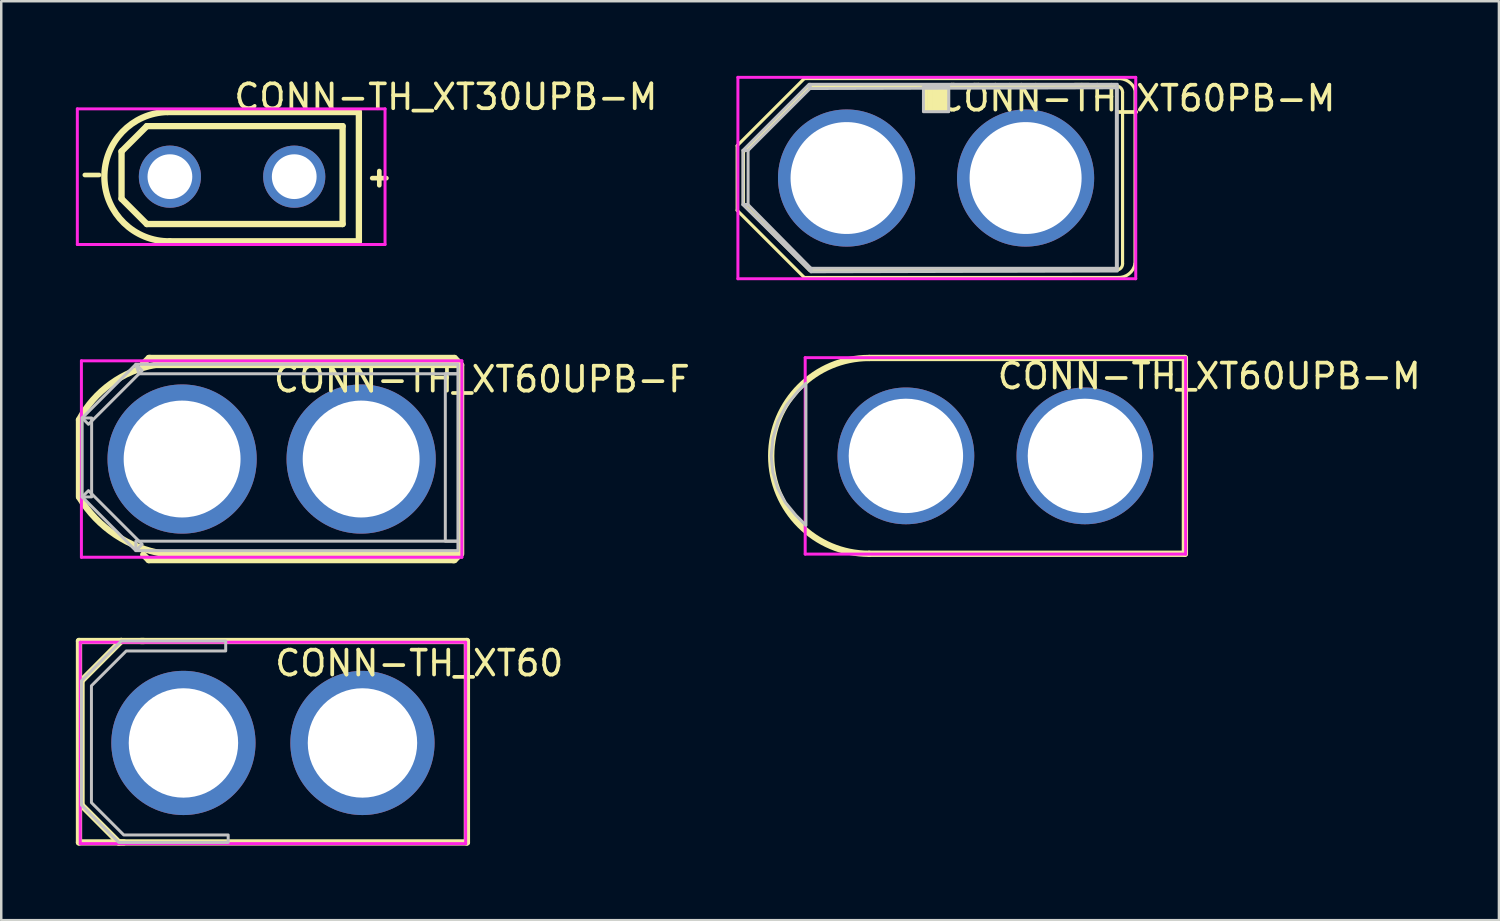
<source format=kicad_pcb>
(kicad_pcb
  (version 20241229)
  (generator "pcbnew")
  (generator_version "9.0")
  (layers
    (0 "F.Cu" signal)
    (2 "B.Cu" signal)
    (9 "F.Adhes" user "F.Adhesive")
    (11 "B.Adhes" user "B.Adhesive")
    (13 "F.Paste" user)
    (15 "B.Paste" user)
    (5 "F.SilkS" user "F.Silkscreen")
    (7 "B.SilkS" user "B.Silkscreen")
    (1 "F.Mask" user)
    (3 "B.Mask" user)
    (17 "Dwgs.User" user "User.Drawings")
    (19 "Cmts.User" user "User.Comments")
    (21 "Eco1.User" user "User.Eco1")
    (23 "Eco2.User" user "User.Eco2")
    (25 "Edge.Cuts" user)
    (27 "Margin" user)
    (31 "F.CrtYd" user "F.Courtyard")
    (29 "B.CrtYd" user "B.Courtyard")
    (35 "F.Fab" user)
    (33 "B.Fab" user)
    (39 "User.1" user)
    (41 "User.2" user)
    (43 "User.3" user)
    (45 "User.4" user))
  (footprint "CONN-TH_XT60UPB-F"
    (layer "F.Cu")
    (at 7.874 15.411)
    (property "Reference" "CONN-TH_XT60UPB-F" (at 0 -3.207 0) (layer "F.SilkS") (effects (font (size 1 1) (thickness 0.15)) (justify left)))
    (attr through_hole)
    (fp_line (start -7.747 1.524) (end -7.747 -1.576) (stroke (width 0.254) (type solid)) (layer "F.SilkS"))
    (fp_line (start -4.943 4.064) (end -5.163 3.844) (stroke (width 0.254) (type solid)) (layer "F.SilkS"))
    (fp_line (start -4.938 -4.064) (end -5.183 -3.819) (stroke (width 0.254) (type solid)) (layer "F.SilkS"))
    (fp_line (start -4.89 -4.064) (end -4.938 -4.064) (stroke (width 0.254) (type solid)) (layer "F.SilkS"))
    (fp_line (start -4.89 -4.064) (end 7.355 -4.064) (stroke (width 0.254) (type solid)) (layer "F.SilkS"))
    (fp_line (start -4.689 -3.782) (end 7.62 -3.782) (stroke (width 0.254) (type solid)) (layer "F.SilkS"))
    (fp_line (start -4.346 3.81) (end 7.595 3.81) (stroke (width 0.254) (type solid)) (layer "F.SilkS"))
    (fp_line (start 7.302 4.064) (end -4.943 4.064) (stroke (width 0.254) (type solid)) (layer "F.SilkS"))
    (fp_line (start 7.302 4.064) (end 7.35 4.064) (stroke (width 0.254) (type solid)) (layer "F.SilkS"))
    (fp_line (start 7.35 4.064) (end 7.595 3.819) (stroke (width 0.254) (type solid)) (layer "F.SilkS"))
    (fp_line (start 7.355 -4.064) (end 7.575 -3.844) (stroke (width 0.254) (type solid)) (layer "F.SilkS"))
    (fp_line (start 7.62 -3.782) (end 7.62 3.819) (stroke (width 0.254) (type solid)) (layer "F.SilkS"))
    (fp_arc (start -7.746623 -1.575662) (mid -6.470591 -3.029142) (end -4.689 -3.782) (stroke (width 0.254) (type solid)) (layer "F.SilkS"))
    (fp_arc (start -4.345973 3.810407) (mid -6.28579 3.048582) (end -7.732 1.548) (stroke (width 0.254) (type solid)) (layer "F.SilkS"))
    (fp_poly (pts (xy -7.62 -1.651) (xy -7.62 1.524) (xy -7.239 1.524) (xy -7.239 -1.651)) (stroke (width 0.12) (type solid)) (fill no) (layer "Dwgs.User"))
    (fp_poly (pts (xy -7.62 1.524) (xy -5.461 3.683) (xy -5.207 3.429) (xy -7.366 1.27)) (stroke (width 0.12) (type solid)) (fill no) (layer "Dwgs.User"))
    (fp_poly (pts (xy -5.461 -3.81) (xy -7.62 -1.651) (xy -7.366 -1.397) (xy -5.207 -3.556)) (stroke (width 0.12) (type solid)) (fill no) (layer "Dwgs.User"))
    (fp_poly (pts (xy -5.461 -3.81) (xy 7.493 -3.81) (xy 7.493 -3.429) (xy -5.334 -3.429)) (stroke (width 0.12) (type solid)) (fill no) (layer "Dwgs.User"))
    (fp_poly (pts (xy -5.461 3.683) (xy -5.461 3.302) (xy 7.493 3.302) (xy 7.493 3.683)) (stroke (width 0.12) (type solid)) (fill no) (layer "Dwgs.User"))
    (fp_poly (pts (xy 7.493 -3.429) (xy 7.493 3.302) (xy 6.985 3.302) (xy 6.985 -3.429)) (stroke (width 0.12) (type solid)) (fill no) (layer "Dwgs.User"))
    (fp_circle (center -3.6 0) (end -2.525 0) (stroke (width 2.15) (type solid)) (fill no) (layer "Eco2.User"))
    (fp_circle (center 3.6 0) (end 4.675 0) (stroke (width 2.15) (type solid)) (fill no) (layer "Eco2.User"))
    (fp_circle (center 7.65 -3.95) (end 7.68 -3.95) (stroke (width 0.06) (type solid)) (fill no) (layer "Eco2.User"))
    (fp_line (start -7.65 -3.95) (end 7.65 -3.95) (stroke (width 0.12) (type solid)) (layer "F.CrtYd"))
    (fp_line (start -7.65 3.95) (end -7.65 -3.95) (stroke (width 0.12) (type solid)) (layer "F.CrtYd"))
    (fp_line (start 7.65 -3.95) (end 7.65 3.95) (stroke (width 0.12) (type solid)) (layer "F.CrtYd"))
    (fp_line (start 7.65 3.95) (end -7.65 3.95) (stroke (width 0.12) (type solid)) (layer "F.CrtYd"))
    (pad "1" thru_hole circle (at 3.6 0 270) (size 6 6) (drill 4.7) (layers "*.Cu" "*.Mask"))
    (pad "2" thru_hole circle (at -3.6 0 270) (size 6 6) (drill 4.7) (layers "*.Cu" "*.Mask")))
  (footprint "CONN-TH_XT60"
    (layer "F.Cu")
    (at 7.927 26.829)
    (property "Reference" "CONN-TH_XT60" (at 0 -3.207 0) (layer "F.SilkS") (effects (font (size 1 1) (thickness 0.15)) (justify left)))
    (attr through_hole)
    (fp_line (start -7.8 -4.1) (end -7.8 4) (stroke (width 0.254) (type solid)) (layer "F.SilkS"))
    (fp_line (start -7.8 4) (end -5.999 4) (stroke (width 0.254) (type solid)) (layer "F.SilkS"))
    (fp_line (start -7.699 -2.499) (end -7.699 2.499) (stroke (width 0.254) (type solid)) (layer "F.SilkS"))
    (fp_line (start -7.699 2.499) (end -6.2 4.001) (stroke (width 0.254) (type solid)) (layer "F.SilkS"))
    (fp_line (start -6.2 4.001) (end 7.8 4.001) (stroke (width 0.254) (type solid)) (layer "F.SilkS"))
    (fp_line (start -6.101 -4.1) (end -7.8 -4.1) (stroke (width 0.254) (type solid)) (layer "F.SilkS"))
    (fp_line (start -6.101 -4.1) (end -7.699 -2.499) (stroke (width 0.254) (type solid)) (layer "F.SilkS"))
    (fp_line (start -5.199 -4.1) (end -6.101 -4.1) (stroke (width 0.254) (type solid)) (layer "F.SilkS"))
    (fp_line (start 7.8 -4.1) (end -5.301 -4.1) (stroke (width 0.254) (type solid)) (layer "F.SilkS"))
    (fp_line (start 7.8 4.001) (end 7.8 -4.1) (stroke (width 0.254) (type solid)) (layer "F.SilkS"))
    (fp_poly (pts (xy -1.9 -4.1) (xy -6.1 -4.1) (xy -7.7 -2.5) (xy -7.7 2.5) (xy -6.2 4) (xy -1.8 4) (xy -1.8 3.7) (xy -6 3.7) (xy -7.3 2.4) (xy -7.3 -2.3) (xy -5.9 -3.7) (xy -1.9 -3.7)) (stroke (width 0.12) (type solid)) (fill no) (layer "Dwgs.User"))
    (fp_circle (center -7.75 4.05) (end -7.72 4.05) (stroke (width 0.06) (type solid)) (fill no) (layer "Eco2.User"))
    (fp_circle (center -3.6 0) (end -2.725 0) (stroke (width 1.75) (type solid)) (fill no) (layer "Eco2.User"))
    (fp_circle (center 3.6 0) (end 4.475 0) (stroke (width 1.75) (type solid)) (fill no) (layer "Eco2.User"))
    (fp_line (start -7.75 -4.05) (end 7.75 -4.05) (stroke (width 0.12) (type solid)) (layer "F.CrtYd"))
    (fp_line (start -7.75 4.05) (end -7.75 -4.05) (stroke (width 0.12) (type solid)) (layer "F.CrtYd"))
    (fp_line (start 7.75 -4.05) (end 7.75 4.05) (stroke (width 0.12) (type solid)) (layer "F.CrtYd"))
    (fp_line (start 7.75 4.05) (end -7.75 4.05) (stroke (width 0.12) (type solid)) (layer "F.CrtYd"))
    (pad "1" thru_hole circle (at -3.6 0) (size 5.8 5.8) (drill 4.4) (layers "*.Cu" "*.Mask"))
    (pad "2" thru_hole circle (at 3.6 0) (size 5.8 5.8) (drill 4.4) (layers "*.Cu" "*.Mask")))
  (footprint "CONN-TH_XT60PB-M"
    (layer "F.Cu")
    (at 34.596 4.11)
    (property "Reference" "CONN-TH_XT60PB-M" (at 0 -3.207 0) (layer "F.SilkS") (effects (font (size 1 1) (thickness 0.15)) (justify left)))
    (attr through_hole)
    (fp_line (start -8 -1.3) (end -5.3 -4) (stroke (width 0.127) (type solid)) (layer "F.SilkS"))
    (fp_line (start -8 1.3) (end -8 -1.3) (stroke (width 0.127) (type solid)) (layer "F.SilkS"))
    (fp_line (start -7.746 -1.052) (end -7.746 1.052) (stroke (width 0.127) (type solid)) (layer "F.SilkS"))
    (fp_line (start -7.746 1.052) (end -5.099 3.701) (stroke (width 0.127) (type solid)) (layer "F.SilkS"))
    (fp_line (start -5.3 -4) (end 7.301 -4) (stroke (width 0.127) (type solid)) (layer "F.SilkS"))
    (fp_line (start -5.3 4.001) (end -8 1.3) (stroke (width 0.127) (type solid)) (layer "F.SilkS"))
    (fp_line (start -5.099 -3.701) (end -7.746 -1.052) (stroke (width 0.127) (type solid)) (layer "F.SilkS"))
    (fp_line (start -5.099 3.701) (end 7.25 3.701) (stroke (width 0.127) (type solid)) (layer "F.SilkS"))
    (fp_line (start -0.499 -3.701) (end -5.099 -3.701) (stroke (width 0.127) (type solid)) (layer "F.SilkS"))
    (fp_line (start -0.499 -2.7) (end -0.499 -3.701) (stroke (width 0.127) (type solid)) (layer "F.SilkS"))
    (fp_line (start -0.4 -3.7) (end -0.5 -3.7) (stroke (width 0.127) (type solid)) (layer "F.SilkS"))
    (fp_line (start -0.4 -2.7) (end -0.499 -2.7) (stroke (width 0.127) (type solid)) (layer "F.SilkS"))
    (fp_line (start -0.4 -2.7) (end -0.4 -3.7) (stroke (width 0.127) (type solid)) (layer "F.SilkS"))
    (fp_line (start -0.3 -3.7) (end -0.4 -3.7) (stroke (width 0.127) (type solid)) (layer "F.SilkS"))
    (fp_line (start -0.3 -2.7) (end -0.3 -3.7) (stroke (width 0.127) (type solid)) (layer "F.SilkS"))
    (fp_line (start -0.299 -2.7) (end -0.4 -2.7) (stroke (width 0.127) (type solid)) (layer "F.SilkS"))
    (fp_line (start -0.2 -3.7) (end -0.3 -3.7) (stroke (width 0.127) (type solid)) (layer "F.SilkS"))
    (fp_line (start -0.2 -2.7) (end -0.299 -2.7) (stroke (width 0.127) (type solid)) (layer "F.SilkS"))
    (fp_line (start -0.2 -2.7) (end -0.2 -3.7) (stroke (width 0.127) (type solid)) (layer "F.SilkS"))
    (fp_line (start -0.101 -2.7) (end -0.2 -2.7) (stroke (width 0.127) (type solid)) (layer "F.SilkS"))
    (fp_line (start -0.1 -3.7) (end -0.2 -3.7) (stroke (width 0.127) (type solid)) (layer "F.SilkS"))
    (fp_line (start -0.1 -2.7) (end -0.1 -3.7) (stroke (width 0.127) (type solid)) (layer "F.SilkS"))
    (fp_line (start 0 -3.7) (end -0.1 -3.7) (stroke (width 0.127) (type solid)) (layer "F.SilkS"))
    (fp_line (start 0 -2.7) (end 0 -3.7) (stroke (width 0.127) (type solid)) (layer "F.SilkS"))
    (fp_line (start 0.001 -2.7) (end -0.101 -2.7) (stroke (width 0.127) (type solid)) (layer "F.SilkS"))
    (fp_line (start 0.1 -3.7) (end 0 -3.7) (stroke (width 0.127) (type solid)) (layer "F.SilkS"))
    (fp_line (start 0.1 -2.7) (end 0.001 -2.7) (stroke (width 0.127) (type solid)) (layer "F.SilkS"))
    (fp_line (start 0.1 -2.7) (end 0.1 -3.7) (stroke (width 0.127) (type solid)) (layer "F.SilkS"))
    (fp_line (start 0.199 -2.7) (end 0.1 -2.7) (stroke (width 0.127) (type solid)) (layer "F.SilkS"))
    (fp_line (start 0.2 -3.7) (end 0.1 -3.7) (stroke (width 0.127) (type solid)) (layer "F.SilkS"))
    (fp_line (start 0.2 -2.7) (end 0.2 -3.7) (stroke (width 0.127) (type solid)) (layer "F.SilkS"))
    (fp_line (start 0.3 -3.7) (end 0.2 -3.7) (stroke (width 0.127) (type solid)) (layer "F.SilkS"))
    (fp_line (start 0.3 -2.7) (end 0.3 -3.7) (stroke (width 0.127) (type solid)) (layer "F.SilkS"))
    (fp_line (start 0.301 -2.7) (end 0.199 -2.7) (stroke (width 0.127) (type solid)) (layer "F.SilkS"))
    (fp_line (start 0.4 -3.7) (end 0.3 -3.7) (stroke (width 0.127) (type solid)) (layer "F.SilkS"))
    (fp_line (start 0.4 -2.7) (end 0.301 -2.7) (stroke (width 0.127) (type solid)) (layer "F.SilkS"))
    (fp_line (start 0.4 -2.7) (end 0.4 -3.7) (stroke (width 0.127) (type solid)) (layer "F.SilkS"))
    (fp_line (start 0.499 -3.701) (end 0.499 -2.7) (stroke (width 0.127) (type solid)) (layer "F.SilkS"))
    (fp_line (start 0.499 -2.7) (end 0.4 -2.7) (stroke (width 0.127) (type solid)) (layer "F.SilkS"))
    (fp_line (start 0.5 -3.7) (end 0.4 -3.7) (stroke (width 0.127) (type solid)) (layer "F.SilkS"))
    (fp_line (start 7.25 -3.701) (end 0.499 -3.701) (stroke (width 0.127) (type solid)) (layer "F.SilkS"))
    (fp_line (start 7.301 4.001) (end -5.3 4.001) (stroke (width 0.127) (type solid)) (layer "F.SilkS"))
    (fp_line (start 7.5 3.45) (end 7.5 -3.45) (stroke (width 0.127) (type solid)) (layer "F.SilkS"))
    (fp_line (start 8.001 -3.556) (end 8.001 3.444) (stroke (width 0.127) (type solid)) (layer "F.SilkS"))
    (fp_arc (start 7.25 -3.7) (mid 7.426777 -3.626777) (end 7.5 -3.45) (stroke (width 0.127) (type solid)) (layer "F.SilkS"))
    (fp_arc (start 7.301 -4) (mid 7.723743 -3.892293) (end 8.000791 -3.555311) (stroke (width 0.127) (type solid)) (layer "F.SilkS"))
    (fp_arc (start 7.5 3.45) (mid 7.426777 3.626777) (end 7.25 3.7) (stroke (width 0.127) (type solid)) (layer "F.SilkS"))
    (fp_arc (start 8.002 3.444) (mid 7.756977 3.855561) (end 7.300284 3.999957) (stroke (width 0.127) (type solid)) (layer "F.SilkS"))
    (fp_poly (pts (xy -7.56 -1.11) (xy -7.56 1.07) (xy -7.77 1.07) (xy -7.77 -1.11)) (stroke (width 0.12) (type solid)) (fill no) (layer "Dwgs.User"))
    (fp_poly (pts (xy -5.07 -3.6) (xy -5.07 -3.77) (xy 7.29 -3.77) (xy 7.29 -3.63)) (stroke (width 0.12) (type solid)) (fill no) (layer "Dwgs.User"))
    (fp_poly (pts (xy -5.03 3.77) (xy -7.772 1.07) (xy -7.56 1.07) (xy -5.03 3.63)) (stroke (width 0.12) (type solid)) (fill no) (layer "Dwgs.User"))
    (fp_poly (pts (xy -5.03 3.77) (xy -5.03 3.63) (xy 7.29 3.63) (xy 7.29 3.74)) (stroke (width 0.12) (type solid)) (fill no) (layer "Dwgs.User"))
    (fp_poly (pts (xy -0.508 -3.683) (xy -0.508 -2.667) (xy 0.508 -2.667) (xy 0.508 -3.683)) (stroke (width 0.12) (type solid)) (fill no) (layer "Dwgs.User"))
    (fp_poly (pts (xy 7.29 -3.63) (xy 7.29 3.63) (xy 7.25 3.63) (xy 7.25 -3.63)) (stroke (width 0.12) (type solid)) (fill no) (layer "Dwgs.User"))
    (fp_poly (pts (xy -5.07 -3.77) (xy -5.11 -3.77) (xy -7.77 -1.11) (xy -7.59 -1.11) (xy -7.56 -1.11) (xy -5.07 -3.6)) (stroke (width 0.12) (type solid)) (fill no) (layer "Dwgs.User"))
    (fp_circle (center -3.6 0) (end -2.6 0) (stroke (width 2) (type solid)) (fill no) (layer "Eco2.User"))
    (fp_circle (center 3.6 0) (end 4.6 0) (stroke (width 2) (type solid)) (fill no) (layer "Eco2.User"))
    (fp_circle (center 8.03 -4.05) (end 8.06 -4.05) (stroke (width 0.06) (type solid)) (fill no) (layer "Eco2.User"))
    (fp_line (start -7.97 -4.05) (end 8.03 -4.05) (stroke (width 0.12) (type solid)) (layer "F.CrtYd"))
    (fp_line (start -7.97 4.05) (end -7.97 -4.05) (stroke (width 0.12) (type solid)) (layer "F.CrtYd"))
    (fp_line (start 8.03 -4.05) (end 8.03 4.05) (stroke (width 0.12) (type solid)) (layer "F.CrtYd"))
    (fp_line (start 8.03 4.05) (end -7.97 4.05) (stroke (width 0.12) (type solid)) (layer "F.CrtYd"))
    (pad "1" thru_hole circle (at 3.6 0) (size 5.516 5.516) (drill oval 4.505 4.5) (layers "*.Cu" "*.Mask"))
    (pad "2" thru_hole circle (at -3.6 0) (size 5.516 5.516) (drill oval 4.505 4.5) (layers "*.Cu" "*.Mask")))
  (footprint "CONN-TH_XT60UPB-M"
    (layer "F.Cu")
    (at 36.982 15.284)
    (property "Reference" "CONN-TH_XT60UPB-M" (at 0 -3.207 0) (layer "F.SilkS") (effects (font (size 1 1) (thickness 0.15)) (justify left)))
    (attr through_hole)
    (fp_line (start -5.08 -3.937) (end 7.62 -3.937) (stroke (width 0.254) (type solid)) (layer "F.SilkS"))
    (fp_line (start 7.62 -3.937) (end 7.62 3.937) (stroke (width 0.254) (type solid)) (layer "F.SilkS"))
    (fp_line (start 7.62 3.937) (end -5.08 3.937) (stroke (width 0.254) (type solid)) (layer "F.SilkS"))
    (fp_arc (start -5.08 3.937) (mid -9.017 0) (end -5.08 -3.937) (stroke (width 0.254) (type solid)) (layer "F.SilkS"))
    (fp_poly (pts (xy -7.62 0) (xy -7.62 -2.921) (xy -7.939 -2.602) (xy -8.397 -2.044) (xy -8.737 -1.408) (xy -8.946 -0.718) (xy -9.017 0) (xy -8.952 0.658) (xy -8.76 1.291) (xy -8.449 1.874) (xy -8.029 2.385) (xy -7.62 2.794)) (stroke (width 0.12) (type solid)) (fill no) (layer "Dwgs.User"))
    (fp_circle (center -7.65 3.95) (end -7.62 3.95) (stroke (width 0.06) (type solid)) (fill no) (layer "Eco2.User"))
    (fp_circle (center -3.6 0) (end -2.525 0) (stroke (width 2.15) (type solid)) (fill no) (layer "Eco2.User"))
    (fp_circle (center 3.6 0) (end 4.675 0) (stroke (width 2.15) (type solid)) (fill no) (layer "Eco2.User"))
    (fp_line (start -7.65 -3.95) (end 7.65 -3.95) (stroke (width 0.12) (type solid)) (layer "F.CrtYd"))
    (fp_line (start -7.65 3.95) (end -7.65 -3.95) (stroke (width 0.12) (type solid)) (layer "F.CrtYd"))
    (fp_line (start 7.65 -3.95) (end 7.65 3.95) (stroke (width 0.12) (type solid)) (layer "F.CrtYd"))
    (fp_line (start 7.65 3.95) (end -7.65 3.95) (stroke (width 0.12) (type solid)) (layer "F.CrtYd"))
    (pad "1" thru_hole circle (at -3.6 0) (size 5.5 5.5) (drill 4.6) (layers "*.Cu" "*.Mask"))
    (pad "2" thru_hole circle (at 3.6 0) (size 5.5 5.5) (drill 4.6) (layers "*.Cu" "*.Mask")))
  (footprint "CONN-TH_XT30UPB-M"
    (layer "F.Cu")
    (at 6.283 4.055)
    (property "Reference" "CONN-TH_XT30UPB-M" (at 0 -3.207 0) (layer "F.SilkS") (effects (font (size 1 1) (thickness 0.15)) (justify left)))
    (attr through_hole)
    (fp_line (start -4.445 -1.016) (end -3.429 -2.032) (stroke (width 0.254) (type solid)) (layer "F.SilkS"))
    (fp_line (start -4.445 0.889) (end -4.445 -1.016) (stroke (width 0.254) (type solid)) (layer "F.SilkS"))
    (fp_line (start -3.429 -2.032) (end 4.445 -2.032) (stroke (width 0.254) (type solid)) (layer "F.SilkS"))
    (fp_line (start -3.429 1.905) (end -4.445 0.889) (stroke (width 0.254) (type solid)) (layer "F.SilkS"))
    (fp_line (start -2.597 -2.6) (end 5.1 -2.6) (stroke (width 0.254) (type solid)) (layer "F.SilkS"))
    (fp_line (start 4.445 -2.032) (end 4.445 1.905) (stroke (width 0.254) (type solid)) (layer "F.SilkS"))
    (fp_line (start 4.445 1.905) (end -3.429 1.905) (stroke (width 0.254) (type solid)) (layer "F.SilkS"))
    (fp_line (start 5.1 -2.6) (end 5.1 2.6) (stroke (width 0.254) (type solid)) (layer "F.SilkS"))
    (fp_line (start 5.1 2.6) (end -2.506 2.6) (stroke (width 0.254) (type solid)) (layer "F.SilkS"))
    (fp_arc (start -2.506 2.6) (mid -5.14388 0.04546) (end -2.596919 -2.599739) (stroke (width 0.254) (type solid)) (layer "F.SilkS"))
    (fp_circle (center -6.223 2.727) (end -6.193 2.727) (stroke (width 0.06) (type solid)) (fill no) (layer "Eco2.User"))
    (fp_circle (center -2.5 0) (end -2.1 0) (stroke (width 0.8) (type solid)) (fill no) (layer "Eco2.User"))
    (fp_circle (center 2.5 0) (end 2.9 0) (stroke (width 0.8) (type solid)) (fill no) (layer "Eco2.User"))
    (fp_line (start -6.223 -2.727) (end 6.152 -2.727) (stroke (width 0.12) (type solid)) (layer "F.CrtYd"))
    (fp_line (start -6.223 2.727) (end -6.223 -2.727) (stroke (width 0.12) (type solid)) (layer "F.CrtYd"))
    (fp_line (start 6.152 -2.727) (end 6.152 2.727) (stroke (width 0.12) (type solid)) (layer "F.CrtYd"))
    (fp_line (start 6.152 2.727) (end -6.223 2.727) (stroke (width 0.12) (type solid)) (layer "F.CrtYd"))
    (fp_text user "-" (at -6.223 -0.119 0) (layer "F.SilkS") (effects (font (size 0.75 0.75) (thickness 0.203)) (justify left)))
    (fp_text user "+" (at 5.334 0.008 0) (layer "F.SilkS") (effects (font (size 0.75 0.75) (thickness 0.203)) (justify left)))
    (pad "1" thru_hole circle (at -2.5 0) (size 2.5 2.5) (drill 1.8) (layers "*.Cu" "*.Mask"))
    (pad "2" thru_hole circle (at 2.5 0) (size 2.5 2.5) (drill 1.8) (layers "*.Cu" "*.Mask")))
  (gr_rect
    (start -3 -3)
    (end 57.232 33.957)
    (stroke (width 0.1) (type default))
    (fill no)
    (layer "Edge.Cuts")))
</source>
